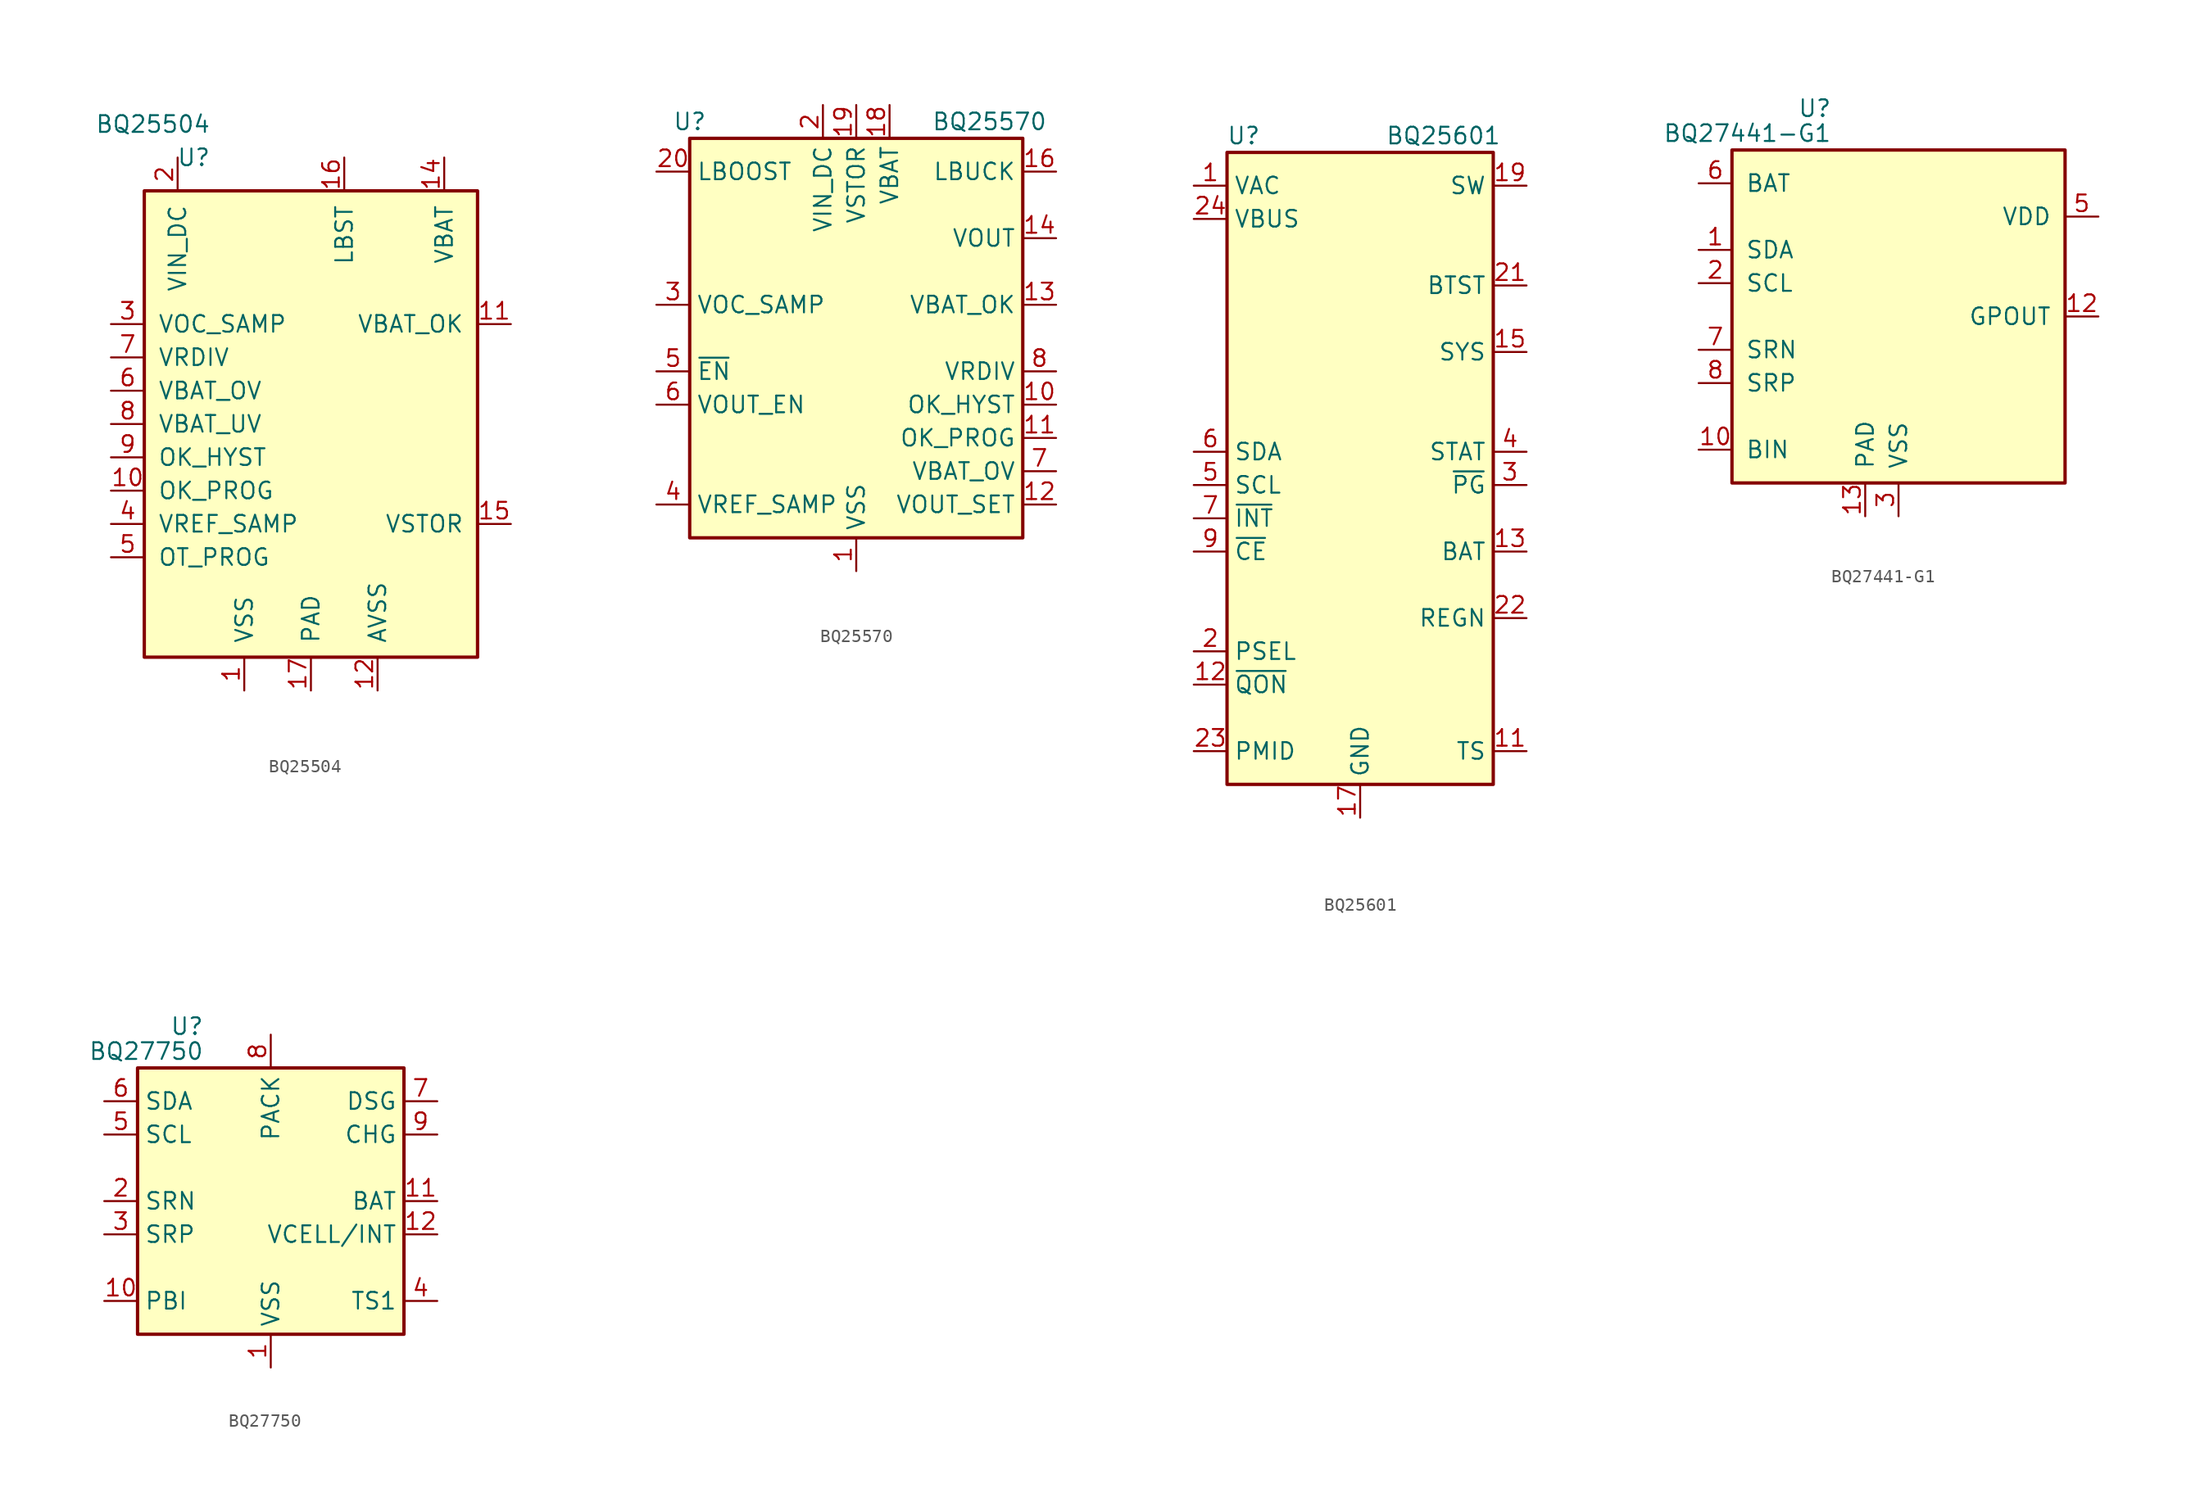
<source format=kicad_sym>
(kicad_symbol_lib
  (version 20211014)
  (generator kicad_symbol_editor)
  (symbol "BQ25504"
    (pin_names
      (offset 1.016))
    (property "Reference" "U"
      (at -7.62 20.32 0)
      (effects (font (size 1.27 1.27)) (justify right)))
    (property "Value" "BQ25504"
      (at -7.62 22.86 0)
      (effects (font (size 1.27 1.27)) (justify right)))
    (symbol "BQ25504_0_1"
      (rectangle (start -12.7 17.78) (end 12.7 -17.78) (stroke (width 0.254) (type default) (color 0 0 0 0)) (fill (type background))))
    (symbol "BQ25504_1_1"
      (pin power_in line (at -5.08 -20.32 90) (length 2.54) (name "VSS" (effects (font (size 1.27 1.27)))) (number "1" (effects (font (size 1.27 1.27)))))
      (pin input line (at -15.24 -5.08 0) (length 2.54) (name "OK_PROG" (effects (font (size 1.27 1.27)))) (number "10" (effects (font (size 1.27 1.27)))))
      (pin output line (at 15.24 7.62 180) (length 2.54) (name "VBAT_OK" (effects (font (size 1.27 1.27)))) (number "11" (effects (font (size 1.27 1.27)))))
      (pin power_in line (at 5.08 -20.32 90) (length 2.54) (name "AVSS" (effects (font (size 1.27 1.27)))) (number "12" (effects (font (size 1.27 1.27)))))
      (pin passive line (at -5.08 -20.32 90) (length 2.54) hide (name "VSS" (effects (font (size 1.27 1.27)))) (number "13" (effects (font (size 1.27 1.27)))))
      (pin power_out line (at 10.16 20.32 270) (length 2.54) (name "VBAT" (effects (font (size 1.27 1.27)))) (number "14" (effects (font (size 1.27 1.27)))))
      (pin bidirectional line (at 15.24 -7.62 180) (length 2.54) (name "VSTOR" (effects (font (size 1.27 1.27)))) (number "15" (effects (font (size 1.27 1.27)))))
      (pin bidirectional line (at 2.54 20.32 270) (length 2.54) (name "LBST" (effects (font (size 1.27 1.27)))) (number "16" (effects (font (size 1.27 1.27)))))
      (pin passive line (at 0 -20.32 90) (length 2.54) (name "PAD" (effects (font (size 1.27 1.27)))) (number "17" (effects (font (size 1.27 1.27)))))
      (pin power_in line (at -10.16 20.32 270) (length 2.54) (name "VIN_DC" (effects (font (size 1.27 1.27)))) (number "2" (effects (font (size 1.27 1.27)))))
      (pin input line (at -15.24 7.62 0) (length 2.54) (name "VOC_SAMP" (effects (font (size 1.27 1.27)))) (number "3" (effects (font (size 1.27 1.27)))))
      (pin bidirectional line (at -15.24 -7.62 0) (length 2.54) (name "VREF_SAMP" (effects (font (size 1.27 1.27)))) (number "4" (effects (font (size 1.27 1.27)))))
      (pin input line (at -15.24 -10.16 0) (length 2.54) (name "OT_PROG" (effects (font (size 1.27 1.27)))) (number "5" (effects (font (size 1.27 1.27)))))
      (pin input line (at -15.24 2.54 0) (length 2.54) (name "VBAT_OV" (effects (font (size 1.27 1.27)))) (number "6" (effects (font (size 1.27 1.27)))))
      (pin output line (at -15.24 5.08 0) (length 2.54) (name "VRDIV" (effects (font (size 1.27 1.27)))) (number "7" (effects (font (size 1.27 1.27)))))
      (pin input line (at -15.24 0 0) (length 2.54) (name "VBAT_UV" (effects (font (size 1.27 1.27)))) (number "8" (effects (font (size 1.27 1.27)))))
      (pin input line (at -15.24 -2.54 0) (length 2.54) (name "OK_HYST" (effects (font (size 1.27 1.27)))) (number "9" (effects (font (size 1.27 1.27)))))))
  (symbol "BQ25570"
    (property "Reference" "U"
      (at -12.7 16.51 0)
      (effects (font (size 1.27 1.27))))
    (property "Value" "BQ25570"
      (at 10.16 16.51 0)
      (effects (font (size 1.27 1.27))))
    (symbol "BQ25570_0_1"
      (rectangle (start -12.7 15.24) (end 12.7 -15.24) (stroke (width 0.254) (type default) (color 0 0 0 0)) (fill (type background))))
    (symbol "BQ25570_1_1"
      (pin power_in line (at 0 -17.78 90) (length 2.54) (name "VSS" (effects (font (size 1.27 1.27)))) (number "1" (effects (font (size 1.27 1.27)))))
      (pin input line (at 15.24 -5.08 180) (length 2.54) (name "OK_HYST" (effects (font (size 1.27 1.27)))) (number "10" (effects (font (size 1.27 1.27)))))
      (pin input line (at 15.24 -7.62 180) (length 2.54) (name "OK_PROG" (effects (font (size 1.27 1.27)))) (number "11" (effects (font (size 1.27 1.27)))))
      (pin input line (at 15.24 -12.7 180) (length 2.54) (name "VOUT_SET" (effects (font (size 1.27 1.27)))) (number "12" (effects (font (size 1.27 1.27)))))
      (pin output line (at 15.24 2.54 180) (length 2.54) (name "VBAT_OK" (effects (font (size 1.27 1.27)))) (number "13" (effects (font (size 1.27 1.27)))))
      (pin input line (at 15.24 7.62 180) (length 2.54) (name "VOUT" (effects (font (size 1.27 1.27)))) (number "14" (effects (font (size 1.27 1.27)))))
      (pin passive line (at 0 -17.78 90) (length 2.54) hide (name "VSS" (effects (font (size 1.27 1.27)))) (number "15" (effects (font (size 1.27 1.27)))))
      (pin passive line (at 15.24 12.7 180) (length 2.54) (name "LBUCK" (effects (font (size 1.27 1.27)))) (number "16" (effects (font (size 1.27 1.27)))))
      (pin passive line (at 0 -17.78 90) (length 2.54) hide (name "VSS" (effects (font (size 1.27 1.27)))) (number "17" (effects (font (size 1.27 1.27)))))
      (pin power_in line (at 2.54 17.78 270) (length 2.54) (name "VBAT" (effects (font (size 1.27 1.27)))) (number "18" (effects (font (size 1.27 1.27)))))
      (pin power_out line (at 0 17.78 270) (length 2.54) (name "VSTOR" (effects (font (size 1.27 1.27)))) (number "19" (effects (font (size 1.27 1.27)))))
      (pin power_in line (at -2.54 17.78 270) (length 2.54) (name "VIN_DC" (effects (font (size 1.27 1.27)))) (number "2" (effects (font (size 1.27 1.27)))))
      (pin passive line (at -15.24 12.7 0) (length 2.54) (name "LBOOST" (effects (font (size 1.27 1.27)))) (number "20" (effects (font (size 1.27 1.27)))))
      (pin passive line (at 0 -17.78 90) (length 2.54) hide (name "VSS" (effects (font (size 1.27 1.27)))) (number "21" (effects (font (size 1.27 1.27)))))
      (pin input line (at -15.24 2.54 0) (length 2.54) (name "VOC_SAMP" (effects (font (size 1.27 1.27)))) (number "3" (effects (font (size 1.27 1.27)))))
      (pin passive line (at -15.24 -12.7 0) (length 2.54) (name "VREF_SAMP" (effects (font (size 1.27 1.27)))) (number "4" (effects (font (size 1.27 1.27)))))
      (pin input line (at -15.24 -2.54 0) (length 2.54) (name "~{EN}" (effects (font (size 1.27 1.27)))) (number "5" (effects (font (size 1.27 1.27)))))
      (pin input line (at -15.24 -5.08 0) (length 2.54) (name "VOUT_EN" (effects (font (size 1.27 1.27)))) (number "6" (effects (font (size 1.27 1.27)))))
      (pin input line (at 15.24 -10.16 180) (length 2.54) (name "VBAT_OV" (effects (font (size 1.27 1.27)))) (number "7" (effects (font (size 1.27 1.27)))))
      (pin output line (at 15.24 -2.54 180) (length 2.54) (name "VRDIV" (effects (font (size 1.27 1.27)))) (number "8" (effects (font (size 1.27 1.27)))))
      (pin passive line (at 0 -17.78 90) (length 2.54) hide (name "VSS" (effects (font (size 1.27 1.27)))) (number "9" (effects (font (size 1.27 1.27)))))))
  (symbol "BQ25601"
    (property "Reference" "U"
      (at -8.89 26.67 0)
      (effects (font (size 1.27 1.27))))
    (property "Value" "BQ25601"
      (at 6.35 26.67 0)
      (effects (font (size 1.27 1.27))))
    (symbol "BQ25601_0_1"
      (rectangle (start -10.16 -22.86) (end 10.16 25.4) (stroke (width 0.254) (type default) (color 0 0 0 0)) (fill (type background))))
    (symbol "BQ25601_1_1"
      (pin input line (at -12.7 22.86 0) (length 2.54) (name "VAC" (effects (font (size 1.27 1.27)))) (number "1" (effects (font (size 1.27 1.27)))))
      (pin no_connect line (at -10.16 12.7 0) (length 2.54) hide (name "NC" (effects (font (size 1.27 1.27)))) (number "10" (effects (font (size 1.27 1.27)))))
      (pin passive line (at 12.7 -20.32 180) (length 2.54) (name "TS" (effects (font (size 1.27 1.27)))) (number "11" (effects (font (size 1.27 1.27)))))
      (pin input line (at -12.7 -15.24 0) (length 2.54) (name "~{QON}" (effects (font (size 1.27 1.27)))) (number "12" (effects (font (size 1.27 1.27)))))
      (pin power_in line (at 12.7 -5.08 180) (length 2.54) (name "BAT" (effects (font (size 1.27 1.27)))) (number "13" (effects (font (size 1.27 1.27)))))
      (pin passive line (at 12.7 -5.08 180) (length 2.54) hide (name "BAT" (effects (font (size 1.27 1.27)))) (number "14" (effects (font (size 1.27 1.27)))))
      (pin passive line (at 12.7 10.16 180) (length 2.54) (name "SYS" (effects (font (size 1.27 1.27)))) (number "15" (effects (font (size 1.27 1.27)))))
      (pin passive line (at 12.7 10.16 180) (length 2.54) hide (name "SYS" (effects (font (size 1.27 1.27)))) (number "16" (effects (font (size 1.27 1.27)))))
      (pin power_in line (at 0 -25.4 90) (length 2.54) (name "GND" (effects (font (size 1.27 1.27)))) (number "17" (effects (font (size 1.27 1.27)))))
      (pin passive line (at 0 -25.4 90) (length 2.54) hide (name "GND" (effects (font (size 1.27 1.27)))) (number "18" (effects (font (size 1.27 1.27)))))
      (pin passive line (at 12.7 22.86 180) (length 2.54) (name "SW" (effects (font (size 1.27 1.27)))) (number "19" (effects (font (size 1.27 1.27)))))
      (pin input line (at -12.7 -12.7 0) (length 2.54) (name "PSEL" (effects (font (size 1.27 1.27)))) (number "2" (effects (font (size 1.27 1.27)))))
      (pin passive line (at 12.7 22.86 180) (length 2.54) hide (name "SW" (effects (font (size 1.27 1.27)))) (number "20" (effects (font (size 1.27 1.27)))))
      (pin input line (at 12.7 15.24 180) (length 2.54) (name "BTST" (effects (font (size 1.27 1.27)))) (number "21" (effects (font (size 1.27 1.27)))))
      (pin passive line (at 12.7 -10.16 180) (length 2.54) (name "REGN" (effects (font (size 1.27 1.27)))) (number "22" (effects (font (size 1.27 1.27)))))
      (pin passive line (at -12.7 -20.32 0) (length 2.54) (name "PMID" (effects (font (size 1.27 1.27)))) (number "23" (effects (font (size 1.27 1.27)))))
      (pin power_in line (at -12.7 20.32 0) (length 2.54) (name "VBUS" (effects (font (size 1.27 1.27)))) (number "24" (effects (font (size 1.27 1.27)))))
      (pin passive line (at 0 -25.4 90) (length 2.54) hide (name "GND" (effects (font (size 1.27 1.27)))) (number "25" (effects (font (size 1.27 1.27)))))
      (pin open_collector line (at 12.7 0 180) (length 2.54) (name "~{PG}" (effects (font (size 1.27 1.27)))) (number "3" (effects (font (size 1.27 1.27)))))
      (pin open_collector line (at 12.7 2.54 180) (length 2.54) (name "STAT" (effects (font (size 1.27 1.27)))) (number "4" (effects (font (size 1.27 1.27)))))
      (pin input line (at -12.7 0 0) (length 2.54) (name "SCL" (effects (font (size 1.27 1.27)))) (number "5" (effects (font (size 1.27 1.27)))))
      (pin bidirectional line (at -12.7 2.54 0) (length 2.54) (name "SDA" (effects (font (size 1.27 1.27)))) (number "6" (effects (font (size 1.27 1.27)))))
      (pin open_collector line (at -12.7 -2.54 0) (length 2.54) (name "~{INT}" (effects (font (size 1.27 1.27)))) (number "7" (effects (font (size 1.27 1.27)))))
      (pin no_connect line (at -10.16 15.24 0) (length 2.54) hide (name "NC" (effects (font (size 1.27 1.27)))) (number "8" (effects (font (size 1.27 1.27)))))
      (pin input line (at -12.7 -5.08 0) (length 2.54) (name "~{CE}" (effects (font (size 1.27 1.27)))) (number "9" (effects (font (size 1.27 1.27)))))))
  (symbol "BQ27441-G1"
    (pin_names
      (offset 1.016))
    (property "Reference" "U"
      (at -5.08 15.875 0)
      (effects (font (size 1.27 1.27)) (justify right)))
    (property "Value" "BQ27441-G1"
      (at -5.08 13.97 0)
      (effects (font (size 1.27 1.27)) (justify right)))
    (symbol "BQ27441-G1_0_1"
      (rectangle (start -12.7 12.7) (end 12.7 -12.7) (stroke (width 0.254) (type default) (color 0 0 0 0)) (fill (type background))))
    (symbol "BQ27441-G1_1_1"
      (pin bidirectional line (at -15.24 5.08 0) (length 2.54) (name "SDA" (effects (font (size 1.27 1.27)))) (number "1" (effects (font (size 1.27 1.27)))))
      (pin input line (at -15.24 -10.16 0) (length 2.54) (name "BIN" (effects (font (size 1.27 1.27)))) (number "10" (effects (font (size 1.27 1.27)))))
      (pin no_connect line (at 10.16 -2.54 180) (length 2.54) hide (name "NC" (effects (font (size 1.27 1.27)))) (number "11" (effects (font (size 1.27 1.27)))))
      (pin output line (at 15.24 0 180) (length 2.54) (name "GPOUT" (effects (font (size 1.27 1.27)))) (number "12" (effects (font (size 1.27 1.27)))))
      (pin power_in line (at -2.54 -15.24 90) (length 2.54) (name "PAD" (effects (font (size 1.27 1.27)))) (number "13" (effects (font (size 1.27 1.27)))))
      (pin input line (at -15.24 2.54 0) (length 2.54) (name "SCL" (effects (font (size 1.27 1.27)))) (number "2" (effects (font (size 1.27 1.27)))))
      (pin power_in line (at 0 -15.24 90) (length 2.54) (name "VSS" (effects (font (size 1.27 1.27)))) (number "3" (effects (font (size 1.27 1.27)))))
      (pin no_connect line (at 10.16 -7.62 180) (length 2.54) hide (name "NC" (effects (font (size 1.27 1.27)))) (number "4" (effects (font (size 1.27 1.27)))))
      (pin power_out line (at 15.24 7.62 180) (length 2.54) (name "VDD" (effects (font (size 1.27 1.27)))) (number "5" (effects (font (size 1.27 1.27)))))
      (pin power_in line (at -15.24 10.16 0) (length 2.54) (name "BAT" (effects (font (size 1.27 1.27)))) (number "6" (effects (font (size 1.27 1.27)))))
      (pin input line (at -15.24 -2.54 0) (length 2.54) (name "SRN" (effects (font (size 1.27 1.27)))) (number "7" (effects (font (size 1.27 1.27)))))
      (pin input line (at -15.24 -5.08 0) (length 2.54) (name "SRP" (effects (font (size 1.27 1.27)))) (number "8" (effects (font (size 1.27 1.27)))))
      (pin no_connect line (at 10.16 -5.08 180) (length 2.54) hide (name "NC" (effects (font (size 1.27 1.27)))) (number "9" (effects (font (size 1.27 1.27)))))))
  (symbol "BQ27750"
    (property "Reference" "U"
      (at -5.08 13.335 0)
      (effects (font (size 1.27 1.27)) (justify right)))
    (property "Value" "BQ27750"
      (at -5.08 11.43 0)
      (effects (font (size 1.27 1.27)) (justify right)))
    (symbol "BQ27750_0_1"
      (rectangle (start -10.16 10.16) (end 10.16 -10.16) (stroke (width 0.254) (type default) (color 0 0 0 0)) (fill (type background))))
    (symbol "BQ27750_1_1"
      (pin power_in line (at 0 -12.7 90) (length 2.54) (name "VSS" (effects (font (size 1.27 1.27)))) (number "1" (effects (font (size 1.27 1.27)))))
      (pin passive line (at -12.7 -7.62 0) (length 2.54) (name "PBI" (effects (font (size 1.27 1.27)))) (number "10" (effects (font (size 1.27 1.27)))))
      (pin input line (at 12.7 0 180) (length 2.54) (name "BAT" (effects (font (size 1.27 1.27)))) (number "11" (effects (font (size 1.27 1.27)))))
      (pin bidirectional line (at 12.7 -2.54 180) (length 2.54) (name "VCELL/INT" (effects (font (size 1.27 1.27)))) (number "12" (effects (font (size 1.27 1.27)))))
      (pin passive line (at 0 -12.7 90) (length 2.54) hide (name "VSS" (effects (font (size 1.27 1.27)))) (number "13" (effects (font (size 1.27 1.27)))))
      (pin input line (at -12.7 0 0) (length 2.54) (name "SRN" (effects (font (size 1.27 1.27)))) (number "2" (effects (font (size 1.27 1.27)))))
      (pin input line (at -12.7 -2.54 0) (length 2.54) (name "SRP" (effects (font (size 1.27 1.27)))) (number "3" (effects (font (size 1.27 1.27)))))
      (pin input line (at 12.7 -7.62 180) (length 2.54) (name "TS1" (effects (font (size 1.27 1.27)))) (number "4" (effects (font (size 1.27 1.27)))))
      (pin input line (at -12.7 5.08 0) (length 2.54) (name "SCL" (effects (font (size 1.27 1.27)))) (number "5" (effects (font (size 1.27 1.27)))))
      (pin bidirectional line (at -12.7 7.62 0) (length 2.54) (name "SDA" (effects (font (size 1.27 1.27)))) (number "6" (effects (font (size 1.27 1.27)))))
      (pin output line (at 12.7 7.62 180) (length 2.54) (name "DSG" (effects (font (size 1.27 1.27)))) (number "7" (effects (font (size 1.27 1.27)))))
      (pin input line (at 0 12.7 270) (length 2.54) (name "PACK" (effects (font (size 1.27 1.27)))) (number "8" (effects (font (size 1.27 1.27)))))
      (pin output line (at 12.7 5.08 180) (length 2.54) (name "CHG" (effects (font (size 1.27 1.27)))) (number "9" (effects (font (size 1.27 1.27))))))))
</source>
